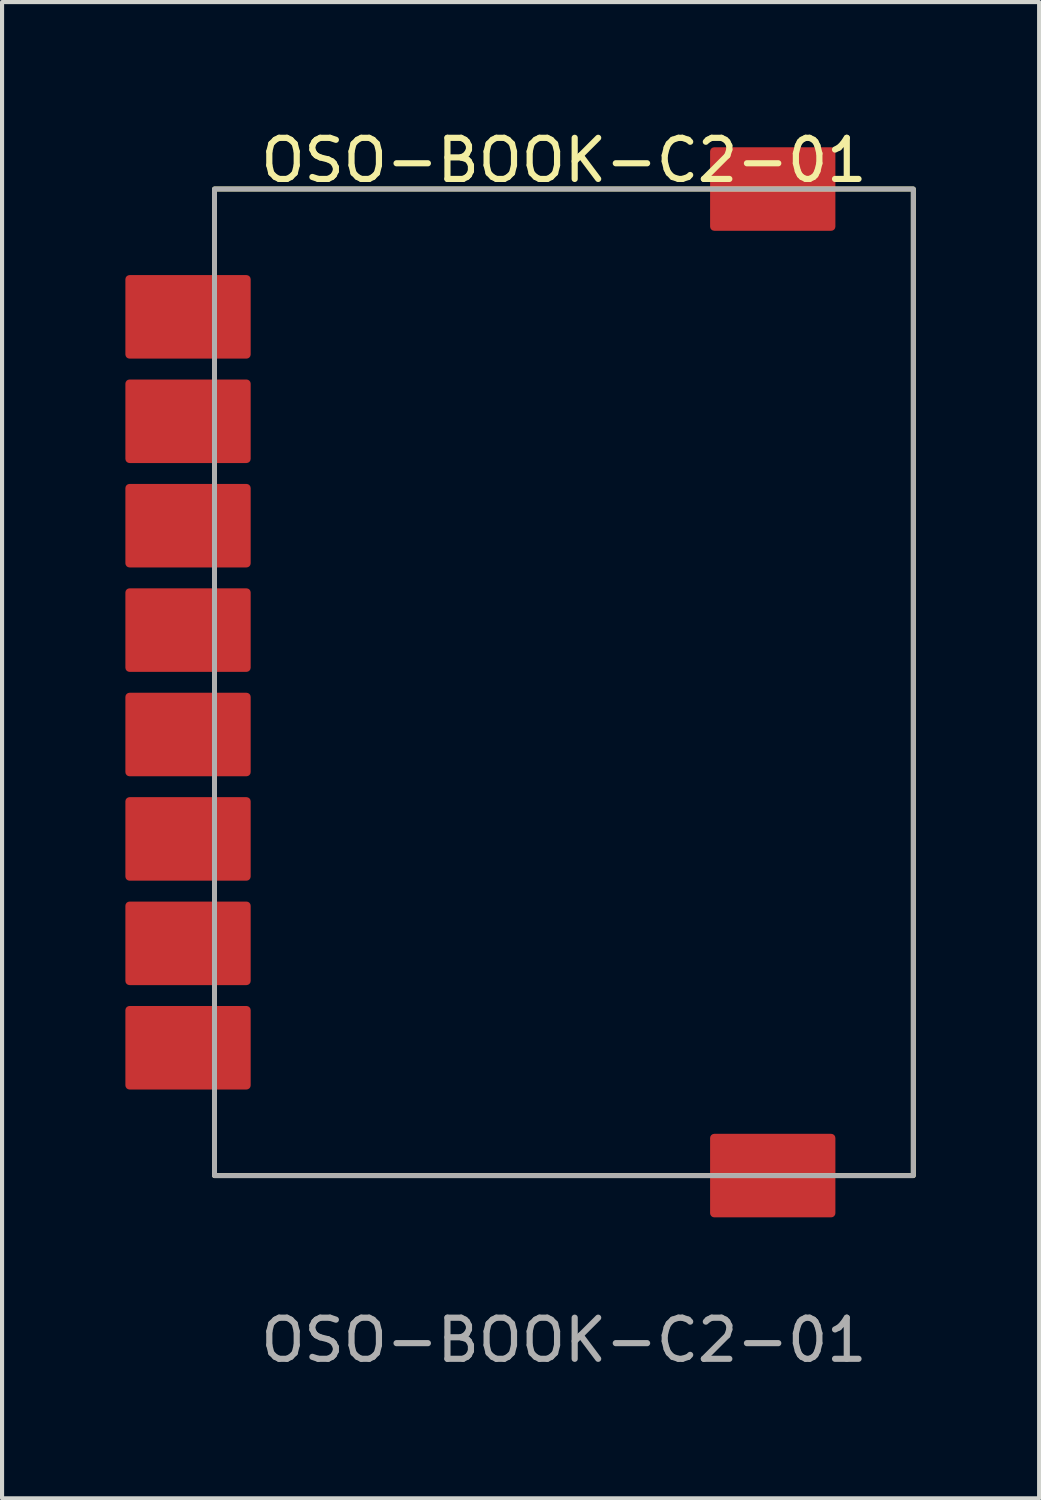
<source format=kicad_pcb>
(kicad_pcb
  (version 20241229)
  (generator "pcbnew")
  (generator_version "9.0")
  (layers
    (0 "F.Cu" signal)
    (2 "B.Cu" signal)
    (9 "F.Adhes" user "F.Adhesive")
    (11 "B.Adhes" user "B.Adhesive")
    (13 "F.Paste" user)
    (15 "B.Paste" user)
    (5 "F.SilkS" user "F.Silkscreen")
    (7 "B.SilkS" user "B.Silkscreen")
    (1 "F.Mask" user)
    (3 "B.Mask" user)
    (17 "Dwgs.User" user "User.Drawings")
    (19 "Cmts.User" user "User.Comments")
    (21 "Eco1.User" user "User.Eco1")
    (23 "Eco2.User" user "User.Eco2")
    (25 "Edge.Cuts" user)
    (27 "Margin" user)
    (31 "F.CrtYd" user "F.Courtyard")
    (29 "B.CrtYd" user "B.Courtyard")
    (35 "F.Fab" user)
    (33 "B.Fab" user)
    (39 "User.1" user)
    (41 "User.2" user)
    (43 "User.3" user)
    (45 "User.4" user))
  (footprint "OSO-BOOK-C2-01"
    (layer "F.Cu")
    (at 10.668 13.548)
    (property "Reference" "OSO-BOOK-C2-01" (at 0 -12.7 0) (unlocked yes) (layer "F.SilkS") (effects (font (size 1 1) (thickness 0.15))))
    (attr smd)
    (fp_rect (start -8.5 -12) (end 8.5 12) (stroke (width 0.12) (type solid)) (fill no) (layer "F.SilkS"))
    (fp_rect (start -8.5 -12) (end 8.5 12) (stroke (width 0.12) (type solid)) (fill no) (layer "F.Fab"))
    (fp_text user "${REFERENCE}" (at 0 16.002 0) (unlocked yes) (layer "F.Fab") (effects (font (size 1 1) (thickness 0.15))))
    (pad "1" smd roundrect (at -9.144 -8.89) (size 3.048 2.032) (layers "F.Cu" "F.Mask" "F.Paste") (roundrect_rratio 0.05))
    (pad "2" smd roundrect (at -9.144 -6.35) (size 3.048 2.032) (layers "F.Cu" "F.Mask" "F.Paste") (roundrect_rratio 0.05))
    (pad "3" smd roundrect (at -9.144 -3.81) (size 3.048 2.032) (layers "F.Cu" "F.Mask" "F.Paste") (roundrect_rratio 0.05))
    (pad "4" smd roundrect (at -9.144 -1.27) (size 3.048 2.032) (layers "F.Cu" "F.Mask" "F.Paste") (roundrect_rratio 0.05))
    (pad "5" smd roundrect (at -9.144 1.27) (size 3.048 2.032) (layers "F.Cu" "F.Mask" "F.Paste") (roundrect_rratio 0.05))
    (pad "6" smd roundrect (at -9.144 3.81) (size 3.048 2.032) (layers "F.Cu" "F.Mask" "F.Paste") (roundrect_rratio 0.05))
    (pad "7" smd roundrect (at -9.144 6.35) (size 3.048 2.032) (layers "F.Cu" "F.Mask" "F.Paste") (roundrect_rratio 0.05))
    (pad "8" smd roundrect (at -9.144 8.89) (size 3.048 2.032) (layers "F.Cu" "F.Mask" "F.Paste") (roundrect_rratio 0.05))
    (pad "9" smd roundrect (at 5.08 12) (size 3.048 2.032) (layers "F.Cu" "F.Mask" "F.Paste") (roundrect_rratio 0.05))
    (pad "10" smd roundrect (at 5.08 -12) (size 3.048 2.032) (layers "F.Cu" "F.Mask" "F.Paste") (roundrect_rratio 0.05)))
  (gr_rect
    (start -3 -3)
    (end 22.228 33.398)
    (stroke (width 0.1) (type default))
    (fill no)
    (layer "Edge.Cuts")))
</source>
